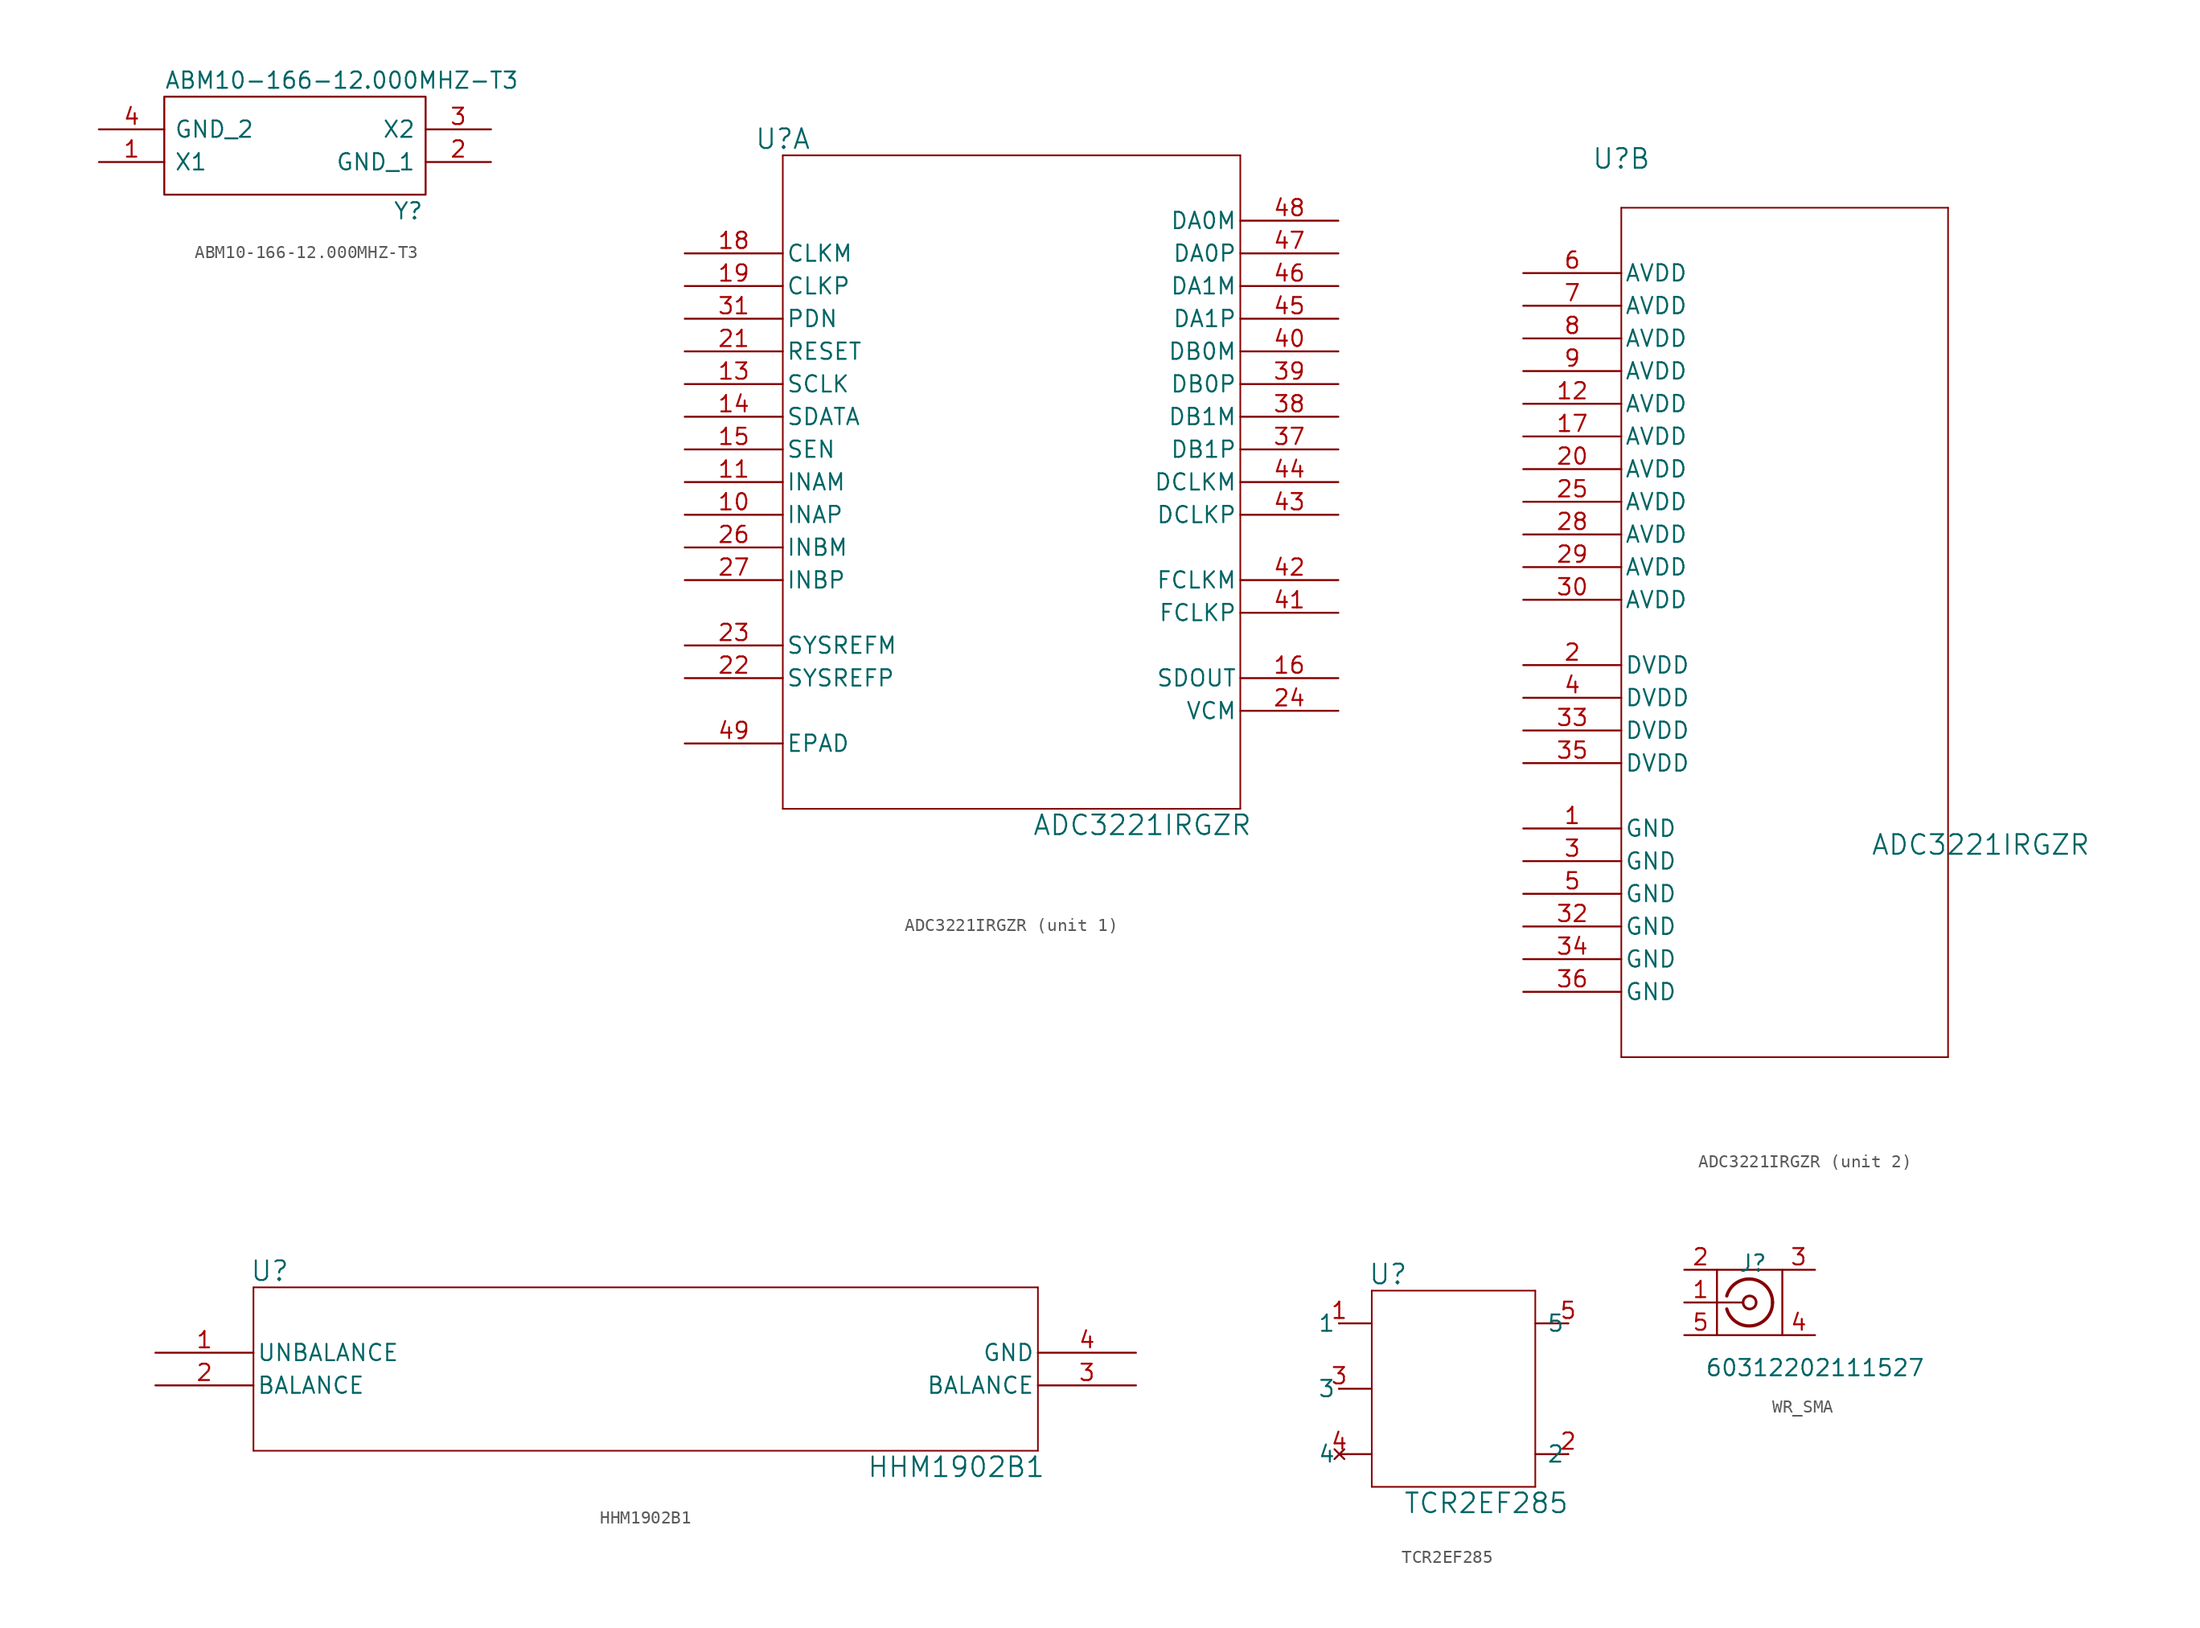
<source format=kicad_sym>
(kicad_symbol_lib
  (version 20220914)
  (generator kicad_symbol_editor)
  (symbol "ABM10-166-12.000MHZ-T3"
    (pin_names
      (offset 0.762))
    (property "Reference" "Y"
      (at 22.86 -6.35 0)
      (effects (font (size 1.27 1.27)) (justify left)))
    (property "Value" "ABM10-166-12.000MHZ-T3"
      (at 5.08 3.81 0)
      (effects (font (size 1.27 1.27)) (justify left)))
    (symbol "ABM10-166-12.000MHZ-T3_0_0"
      (pin passive line (at 0 -2.54 0) (length 5.08) (name "X1" (effects (font (size 1.27 1.27)))) (number "1" (effects (font (size 1.27 1.27)))))
      (pin passive line (at 30.48 -2.54 180) (length 5.08) (name "GND_1" (effects (font (size 1.27 1.27)))) (number "2" (effects (font (size 1.27 1.27)))))
      (pin passive line (at 30.48 0 180) (length 5.08) (name "X2" (effects (font (size 1.27 1.27)))) (number "3" (effects (font (size 1.27 1.27)))))
      (pin passive line (at 0 0 0) (length 5.08) (name "GND_2" (effects (font (size 1.27 1.27)))) (number "4" (effects (font (size 1.27 1.27))))))
    (symbol "ABM10-166-12.000MHZ-T3_0_1"
      (polyline (pts (xy 5.08 2.54) (xy 25.4 2.54) (xy 25.4 -5.08) (xy 5.08 -5.08) (xy 5.08 2.54)) (stroke (width 0.152) (type solid)) (fill (type none)))))
  (symbol "ADC3221IRGZR"
    (pin_names
      (offset 0.254))
    (property "Reference" "U"
      (at 7.62 8.89 0)
      (effects (font (size 1.524 1.524))))
    (property "Value" "ADC3221IRGZR"
      (at 35.56 -44.45 0)
      (effects (font (size 1.524 1.524))))
    (property "ki_locked" ""
      (at 0 0 0)
      (effects (font (size 1.27 1.27))))
    (symbol "ADC3221IRGZR_1_1"
      (polyline (pts (xy 7.62 -43.18) (xy 43.18 -43.18)) (stroke (width 0.127) (type default)) (fill (type none)))
      (polyline (pts (xy 7.62 7.62) (xy 7.62 -43.18)) (stroke (width 0.127) (type default)) (fill (type none)))
      (polyline (pts (xy 43.18 -43.18) (xy 43.18 7.62)) (stroke (width 0.127) (type default)) (fill (type none)))
      (polyline (pts (xy 43.18 7.62) (xy 7.62 7.62)) (stroke (width 0.127) (type default)) (fill (type none)))
      (pin input line (at 0 -20.32 0) (length 7.62) (name "INAP" (effects (font (size 1.27 1.27)))) (number "10" (effects (font (size 1.27 1.27)))))
      (pin input line (at 0 -17.78 0) (length 7.62) (name "INAM" (effects (font (size 1.27 1.27)))) (number "11" (effects (font (size 1.27 1.27)))))
      (pin input line (at 0 -10.16 0) (length 7.62) (name "SCLK" (effects (font (size 1.27 1.27)))) (number "13" (effects (font (size 1.27 1.27)))))
      (pin input line (at 0 -12.7 0) (length 7.62) (name "SDATA" (effects (font (size 1.27 1.27)))) (number "14" (effects (font (size 1.27 1.27)))))
      (pin input line (at 0 -15.24 0) (length 7.62) (name "SEN" (effects (font (size 1.27 1.27)))) (number "15" (effects (font (size 1.27 1.27)))))
      (pin output line (at 50.8 -33.02 180) (length 7.62) (name "SDOUT" (effects (font (size 1.27 1.27)))) (number "16" (effects (font (size 1.27 1.27)))))
      (pin input line (at 0 0 0) (length 7.62) (name "CLKM" (effects (font (size 1.27 1.27)))) (number "18" (effects (font (size 1.27 1.27)))))
      (pin input line (at 0 -2.54 0) (length 7.62) (name "CLKP" (effects (font (size 1.27 1.27)))) (number "19" (effects (font (size 1.27 1.27)))))
      (pin input line (at 0 -7.62 0) (length 7.62) (name "RESET" (effects (font (size 1.27 1.27)))) (number "21" (effects (font (size 1.27 1.27)))))
      (pin input line (at 0 -33.02 0) (length 7.62) (name "SYSREFP" (effects (font (size 1.27 1.27)))) (number "22" (effects (font (size 1.27 1.27)))))
      (pin input line (at 0 -30.48 0) (length 7.62) (name "SYSREFM" (effects (font (size 1.27 1.27)))) (number "23" (effects (font (size 1.27 1.27)))))
      (pin output line (at 50.8 -35.56 180) (length 7.62) (name "VCM" (effects (font (size 1.27 1.27)))) (number "24" (effects (font (size 1.27 1.27)))))
      (pin input line (at 0 -22.86 0) (length 7.62) (name "INBM" (effects (font (size 1.27 1.27)))) (number "26" (effects (font (size 1.27 1.27)))))
      (pin input line (at 0 -25.4 0) (length 7.62) (name "INBP" (effects (font (size 1.27 1.27)))) (number "27" (effects (font (size 1.27 1.27)))))
      (pin input line (at 0 -5.08 0) (length 7.62) (name "PDN" (effects (font (size 1.27 1.27)))) (number "31" (effects (font (size 1.27 1.27)))))
      (pin output line (at 50.8 -15.24 180) (length 7.62) (name "DB1P" (effects (font (size 1.27 1.27)))) (number "37" (effects (font (size 1.27 1.27)))))
      (pin output line (at 50.8 -12.7 180) (length 7.62) (name "DB1M" (effects (font (size 1.27 1.27)))) (number "38" (effects (font (size 1.27 1.27)))))
      (pin output line (at 50.8 -10.16 180) (length 7.62) (name "DB0P" (effects (font (size 1.27 1.27)))) (number "39" (effects (font (size 1.27 1.27)))))
      (pin output line (at 50.8 -7.62 180) (length 7.62) (name "DB0M" (effects (font (size 1.27 1.27)))) (number "40" (effects (font (size 1.27 1.27)))))
      (pin output line (at 50.8 -27.94 180) (length 7.62) (name "FCLKP" (effects (font (size 1.27 1.27)))) (number "41" (effects (font (size 1.27 1.27)))))
      (pin output line (at 50.8 -25.4 180) (length 7.62) (name "FCLKM" (effects (font (size 1.27 1.27)))) (number "42" (effects (font (size 1.27 1.27)))))
      (pin output line (at 50.8 -20.32 180) (length 7.62) (name "DCLKP" (effects (font (size 1.27 1.27)))) (number "43" (effects (font (size 1.27 1.27)))))
      (pin output line (at 50.8 -17.78 180) (length 7.62) (name "DCLKM" (effects (font (size 1.27 1.27)))) (number "44" (effects (font (size 1.27 1.27)))))
      (pin output line (at 50.8 -5.08 180) (length 7.62) (name "DA1P" (effects (font (size 1.27 1.27)))) (number "45" (effects (font (size 1.27 1.27)))))
      (pin output line (at 50.8 -2.54 180) (length 7.62) (name "DA1M" (effects (font (size 1.27 1.27)))) (number "46" (effects (font (size 1.27 1.27)))))
      (pin output line (at 50.8 0 180) (length 7.62) (name "DA0P" (effects (font (size 1.27 1.27)))) (number "47" (effects (font (size 1.27 1.27)))))
      (pin output line (at 50.8 2.54 180) (length 7.62) (name "DA0M" (effects (font (size 1.27 1.27)))) (number "48" (effects (font (size 1.27 1.27)))))
      (pin unspecified line (at 0 -38.1 0) (length 7.62) (name "EPAD" (effects (font (size 1.27 1.27)))) (number "49" (effects (font (size 1.27 1.27))))))
    (symbol "ADC3221IRGZR_2_1"
      (polyline (pts (xy 7.62 -60.96) (xy 33.02 -60.96)) (stroke (width 0.127) (type default)) (fill (type none)))
      (polyline (pts (xy 7.62 5.08) (xy 7.62 -60.96)) (stroke (width 0.127) (type default)) (fill (type none)))
      (polyline (pts (xy 33.02 -60.96) (xy 33.02 5.08)) (stroke (width 0.127) (type default)) (fill (type none)))
      (polyline (pts (xy 33.02 5.08) (xy 7.62 5.08)) (stroke (width 0.127) (type default)) (fill (type none)))
      (pin power_in line (at 0 -43.18 0) (length 7.62) (name "GND" (effects (font (size 1.27 1.27)))) (number "1" (effects (font (size 1.27 1.27)))))
      (pin power_in line (at 0 -10.16 0) (length 7.62) (name "AVDD" (effects (font (size 1.27 1.27)))) (number "12" (effects (font (size 1.27 1.27)))))
      (pin power_in line (at 0 -12.7 0) (length 7.62) (name "AVDD" (effects (font (size 1.27 1.27)))) (number "17" (effects (font (size 1.27 1.27)))))
      (pin power_in line (at 0 -30.48 0) (length 7.62) (name "DVDD" (effects (font (size 1.27 1.27)))) (number "2" (effects (font (size 1.27 1.27)))))
      (pin power_in line (at 0 -15.24 0) (length 7.62) (name "AVDD" (effects (font (size 1.27 1.27)))) (number "20" (effects (font (size 1.27 1.27)))))
      (pin power_in line (at 0 -17.78 0) (length 7.62) (name "AVDD" (effects (font (size 1.27 1.27)))) (number "25" (effects (font (size 1.27 1.27)))))
      (pin power_in line (at 0 -20.32 0) (length 7.62) (name "AVDD" (effects (font (size 1.27 1.27)))) (number "28" (effects (font (size 1.27 1.27)))))
      (pin power_in line (at 0 -22.86 0) (length 7.62) (name "AVDD" (effects (font (size 1.27 1.27)))) (number "29" (effects (font (size 1.27 1.27)))))
      (pin power_in line (at 0 -45.72 0) (length 7.62) (name "GND" (effects (font (size 1.27 1.27)))) (number "3" (effects (font (size 1.27 1.27)))))
      (pin power_in line (at 0 -25.4 0) (length 7.62) (name "AVDD" (effects (font (size 1.27 1.27)))) (number "30" (effects (font (size 1.27 1.27)))))
      (pin power_in line (at 0 -50.8 0) (length 7.62) (name "GND" (effects (font (size 1.27 1.27)))) (number "32" (effects (font (size 1.27 1.27)))))
      (pin power_in line (at 0 -35.56 0) (length 7.62) (name "DVDD" (effects (font (size 1.27 1.27)))) (number "33" (effects (font (size 1.27 1.27)))))
      (pin power_in line (at 0 -53.34 0) (length 7.62) (name "GND" (effects (font (size 1.27 1.27)))) (number "34" (effects (font (size 1.27 1.27)))))
      (pin power_in line (at 0 -38.1 0) (length 7.62) (name "DVDD" (effects (font (size 1.27 1.27)))) (number "35" (effects (font (size 1.27 1.27)))))
      (pin power_in line (at 0 -55.88 0) (length 7.62) (name "GND" (effects (font (size 1.27 1.27)))) (number "36" (effects (font (size 1.27 1.27)))))
      (pin power_in line (at 0 -33.02 0) (length 7.62) (name "DVDD" (effects (font (size 1.27 1.27)))) (number "4" (effects (font (size 1.27 1.27)))))
      (pin power_in line (at 0 -48.26 0) (length 7.62) (name "GND" (effects (font (size 1.27 1.27)))) (number "5" (effects (font (size 1.27 1.27)))))
      (pin power_in line (at 0 0 0) (length 7.62) (name "AVDD" (effects (font (size 1.27 1.27)))) (number "6" (effects (font (size 1.27 1.27)))))
      (pin power_in line (at 0 -2.54 0) (length 7.62) (name "AVDD" (effects (font (size 1.27 1.27)))) (number "7" (effects (font (size 1.27 1.27)))))
      (pin power_in line (at 0 -5.08 0) (length 7.62) (name "AVDD" (effects (font (size 1.27 1.27)))) (number "8" (effects (font (size 1.27 1.27)))))
      (pin power_in line (at 0 -7.62 0) (length 7.62) (name "AVDD" (effects (font (size 1.27 1.27)))) (number "9" (effects (font (size 1.27 1.27)))))))
  (symbol "HHM1902B1"
    (pin_names
      (offset 0.254))
    (property "Reference" "U"
      (at 8.89 6.35 0)
      (effects (font (size 1.524 1.524))))
    (property "Value" "HHM1902B1"
      (at 62.23 -8.89 0)
      (effects (font (size 1.524 1.524))))
    (property "ki_locked" ""
      (at 0 0 0)
      (effects (font (size 1.27 1.27))))
    (symbol "HHM1902B1_0_1"
      (polyline (pts (xy 7.62 -7.62) (xy 68.58 -7.62)) (stroke (width 0.127) (type default)) (fill (type none)))
      (polyline (pts (xy 7.62 5.08) (xy 7.62 -7.62)) (stroke (width 0.127) (type default)) (fill (type none)))
      (polyline (pts (xy 68.58 -7.62) (xy 68.58 5.08)) (stroke (width 0.127) (type default)) (fill (type none)))
      (polyline (pts (xy 68.58 5.08) (xy 7.62 5.08)) (stroke (width 0.127) (type default)) (fill (type none)))
      (pin unspecified line (at 0 0 0) (length 7.62) (name "UNBALANCE" (effects (font (size 1.27 1.27)))) (number "1" (effects (font (size 1.27 1.27)))))
      (pin unspecified line (at 0 -2.54 0) (length 7.62) (name "BALANCE" (effects (font (size 1.27 1.27)))) (number "2" (effects (font (size 1.27 1.27)))))
      (pin unspecified line (at 76.2 -2.54 180) (length 7.62) (name "BALANCE" (effects (font (size 1.27 1.27)))) (number "3" (effects (font (size 1.27 1.27)))))
      (pin power_in line (at 76.2 0 180) (length 7.62) (name "GND" (effects (font (size 1.27 1.27)))) (number "4" (effects (font (size 1.27 1.27)))))))
  (symbol "TCR2EF285"
    (pin_names
      (offset 0.254))
    (property "Reference" "U"
      (at 1.27 1.27 0)
      (effects (font (size 1.524 1.524))))
    (property "Value" "TCR2EF285"
      (at 8.89 -16.51 0)
      (effects (font (size 1.524 1.524))))
    (property "ki_locked" ""
      (at 0 0 0)
      (effects (font (size 1.27 1.27))))
    (symbol "TCR2EF285_0_1"
      (polyline (pts (xy -2.54 -12.7) (xy 0 -12.7)) (stroke (width 0) (type default)) (fill (type none)))
      (polyline (pts (xy -2.54 -7.62) (xy 0 -7.62)) (stroke (width 0) (type default)) (fill (type none)))
      (polyline (pts (xy -2.54 -2.54) (xy 0 -2.54)) (stroke (width 0) (type default)) (fill (type none)))
      (polyline (pts (xy 0 -15.24) (xy 0 0)) (stroke (width 0.127) (type default)) (fill (type none)))
      (polyline (pts (xy 0 0) (xy 12.7 0)) (stroke (width 0.127) (type default)) (fill (type none)))
      (polyline (pts (xy 12.7 -15.24) (xy 0 -15.24)) (stroke (width 0.127) (type default)) (fill (type none)))
      (polyline (pts (xy 12.7 0) (xy 12.7 -15.24)) (stroke (width 0.127) (type default)) (fill (type none)))
      (polyline (pts (xy 15.24 -12.7) (xy 12.7 -12.7)) (stroke (width 0) (type default)) (fill (type none)))
      (polyline (pts (xy 15.24 -2.54) (xy 12.7 -2.54)) (stroke (width 0) (type default)) (fill (type none)))
      (pin power_in line (at -2.515 -2.54 180) (length 0.025) (name "1" (effects (font (size 1.27 1.27)))) (number "1" (effects (font (size 1.27 1.27)))))
      (pin power_out line (at 15.265 -12.7 180) (length 0.025) (name "2" (effects (font (size 1.27 1.27)))) (number "2" (effects (font (size 1.27 1.27)))))
      (pin no_connect line (at -2.515 -12.7 180) (length 0.025) (name "4" (effects (font (size 1.27 1.27)))) (number "4" (effects (font (size 1.27 1.27)))))
      (pin power_in line (at 15.265 -2.54 180) (length 0.025) (name "5" (effects (font (size 1.27 1.27)))) (number "5" (effects (font (size 1.27 1.27))))))
    (symbol "TCR2EF285_1_1"
      (pin input line (at -2.515 -7.62 180) (length 0.025) (name "3" (effects (font (size 1.27 1.27)))) (number "3" (effects (font (size 1.27 1.27)))))))
  (symbol "WR_SMA"
    (pin_names
      (offset 1.016) hide)
    (property "Reference" "J"
      (at 0.254 3.048 0)
      (effects (font (size 1.27 1.27))))
    (property "Value" "60312202111527"
      (at 5.08 -5.08 0)
      (effects (font (size 1.27 1.27))))
    (symbol "WR_SMA_0_1"
      (rectangle (start -2.54 2.54) (end 2.54 -2.54) (stroke (width 0) (type default)) (fill (type none)))
      (arc (start -1.778 -0.508) (mid 0.2311 -1.8066) (end 1.778 0) (stroke (width 0.254) (type default)) (fill (type none)))
      (polyline (pts (xy -2.54 0) (xy -0.508 0)) (stroke (width 0) (type default)) (fill (type none)))
      (circle (center 0 0) (radius 0.508) (stroke (width 0.203) (type default)) (fill (type none)))
      (arc (start 1.778 0) (mid 0.2099 1.8101) (end -1.778 0.508) (stroke (width 0.254) (type default)) (fill (type none))))
    (symbol "WR_SMA_1_1"
      (pin passive line (at -5.08 0 0) (length 2.54) (name "1" (effects (font (size 1.27 1.27)))) (number "1" (effects (font (size 1.27 1.27)))))
      (pin passive line (at -5.08 2.54 0) (length 2.54) (name "2" (effects (font (size 1.27 1.27)))) (number "2" (effects (font (size 1.27 1.27)))))
      (pin passive line (at 5.08 2.54 180) (length 2.54) (name "3" (effects (font (size 1.27 1.27)))) (number "3" (effects (font (size 1.27 1.27)))))
      (pin passive line (at 5.08 -2.54 180) (length 2.54) (name "4" (effects (font (size 1.27 1.27)))) (number "4" (effects (font (size 1.27 1.27)))))
      (pin passive line (at -5.08 -2.54 0) (length 2.54) (name "5" (effects (font (size 1.27 1.27)))) (number "5" (effects (font (size 1.27 1.27))))))))
</source>
